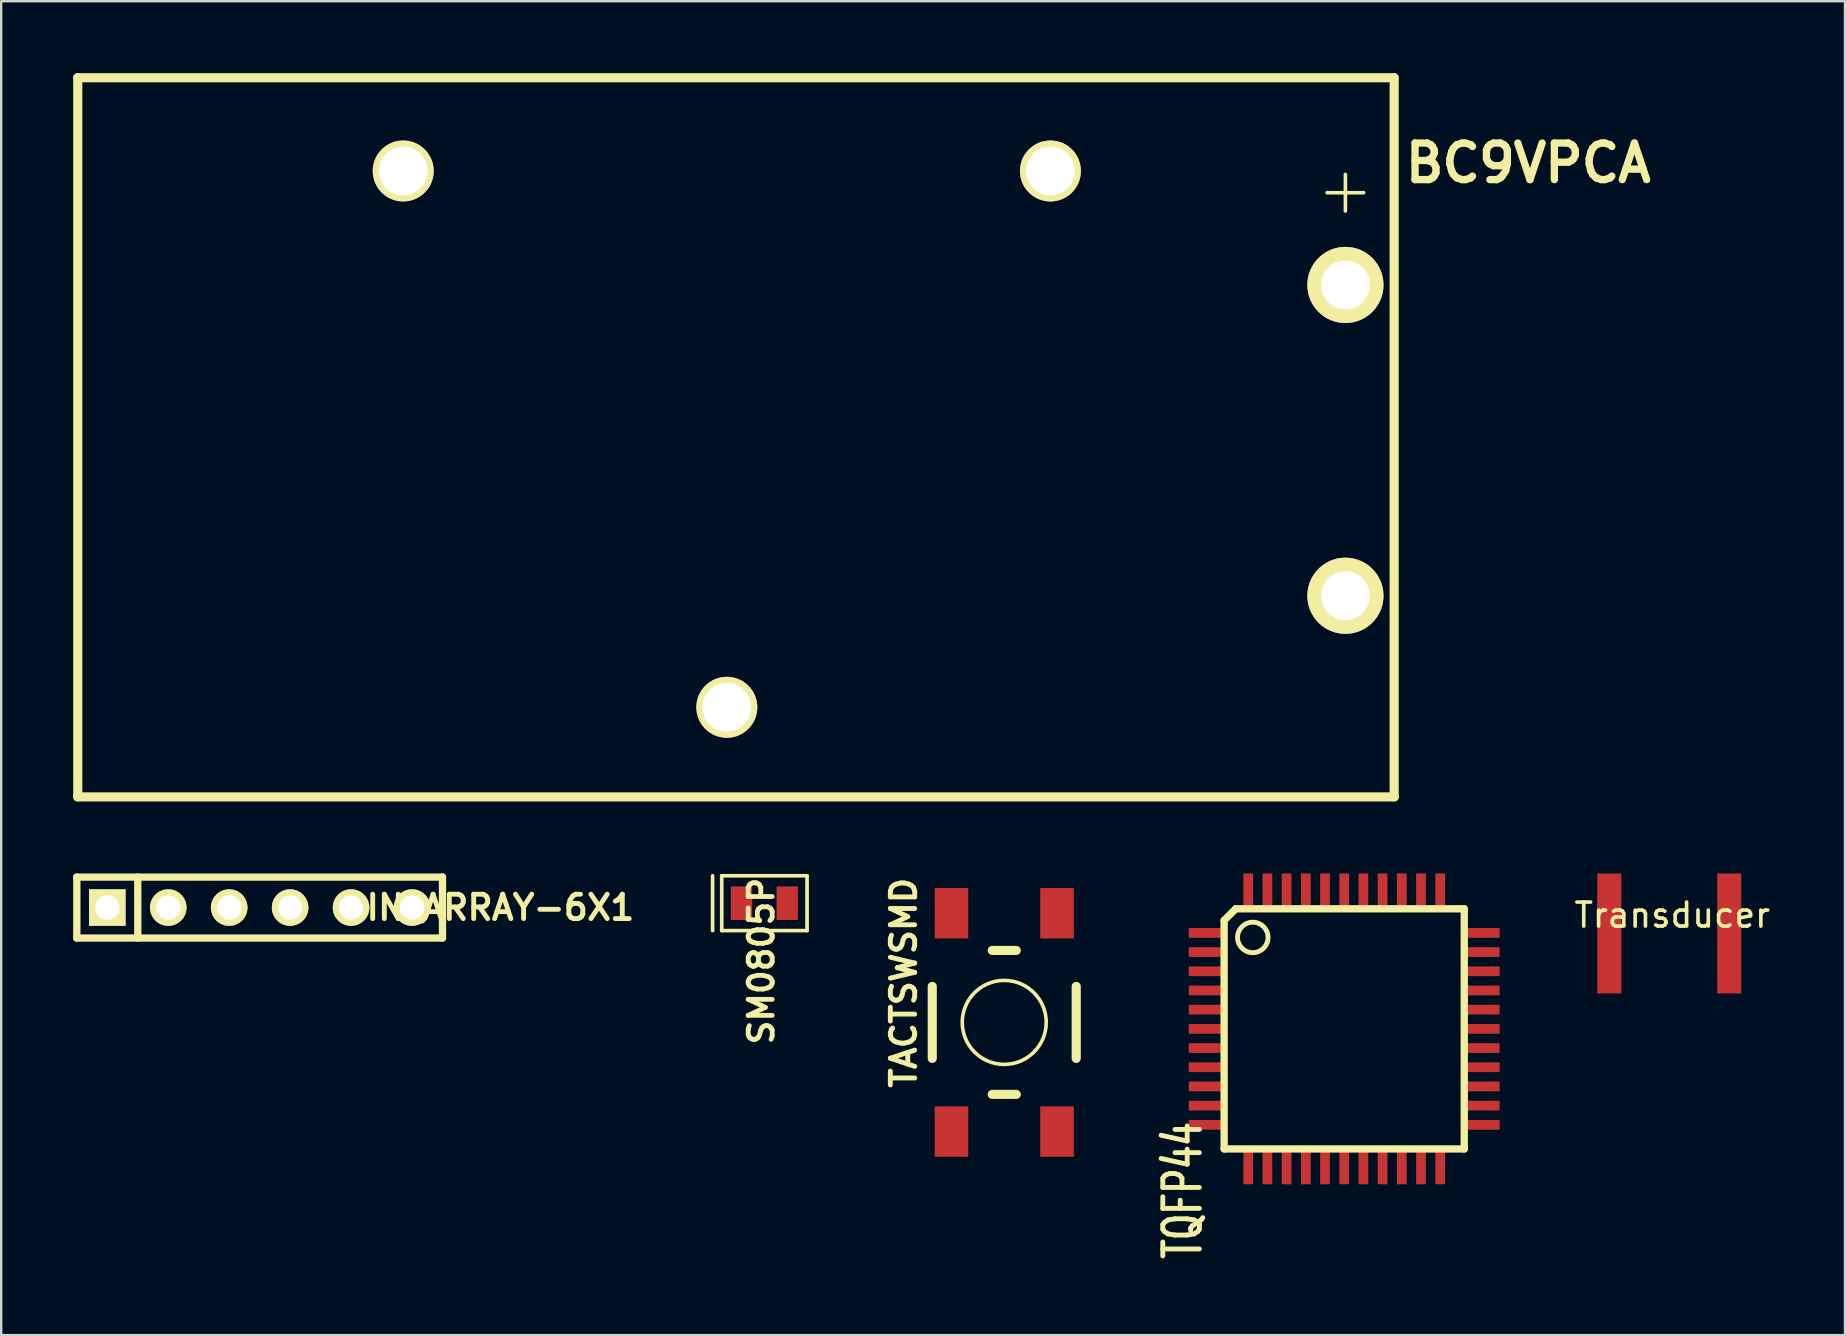
<source format=kicad_pcb>
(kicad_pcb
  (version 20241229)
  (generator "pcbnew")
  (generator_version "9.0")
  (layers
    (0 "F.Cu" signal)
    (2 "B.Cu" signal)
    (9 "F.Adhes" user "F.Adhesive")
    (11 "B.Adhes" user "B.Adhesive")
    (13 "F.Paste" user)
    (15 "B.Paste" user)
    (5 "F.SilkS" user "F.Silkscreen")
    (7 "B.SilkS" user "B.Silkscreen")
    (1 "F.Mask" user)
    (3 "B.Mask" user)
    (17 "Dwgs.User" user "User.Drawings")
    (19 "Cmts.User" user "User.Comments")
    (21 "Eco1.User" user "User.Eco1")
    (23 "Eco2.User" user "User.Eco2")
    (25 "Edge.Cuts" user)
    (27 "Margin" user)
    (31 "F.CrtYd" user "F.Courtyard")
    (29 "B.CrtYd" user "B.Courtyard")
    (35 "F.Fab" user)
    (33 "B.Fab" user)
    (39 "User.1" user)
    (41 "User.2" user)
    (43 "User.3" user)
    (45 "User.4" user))
  (footprint "TQFP44"
    (placed yes)
    (layer "F.Cu")
    (at 52.973 39.83)
    (property "Reference" "TQFP44" (at -6.731 6.731 90) (layer "F.SilkS") (effects (font (size 1.524 1.016) (thickness 0.203))))
    (attr smd)
    (fp_line (start -5.004 -4.521) (end -5.004 5.004) (stroke (width 0.305) (type solid)) (layer "F.SilkS"))
    (fp_line (start -5.004 -4.521) (end -4.521 -5.004) (stroke (width 0.305) (type solid)) (layer "F.SilkS"))
    (fp_line (start -4.521 -5.004) (end 5.004 -5.004) (stroke (width 0.305) (type solid)) (layer "F.SilkS"))
    (fp_line (start 5.004 -5.004) (end 5.004 5.004) (stroke (width 0.305) (type solid)) (layer "F.SilkS"))
    (fp_line (start 5.004 5.004) (end -5.004 5.004) (stroke (width 0.305) (type solid)) (layer "F.SilkS"))
    (fp_circle (center -3.81 -3.81) (end -3.81 -3.175) (stroke (width 0.203) (type solid)) (fill no) (layer "F.SilkS"))
    (pad "1" smd rect (at -5.715 -4) (size 1.524 0.406) (layers "F.Cu" "F.Mask" "F.Paste"))
    (pad "2" smd rect (at -5.715 -3.2) (size 1.524 0.406) (layers "F.Cu" "F.Mask" "F.Paste"))
    (pad "3" smd rect (at -5.715 -2.4) (size 1.524 0.406) (layers "F.Cu" "F.Mask" "F.Paste"))
    (pad "4" smd rect (at -5.715 -1.6) (size 1.524 0.406) (layers "F.Cu" "F.Mask" "F.Paste"))
    (pad "5" smd rect (at -5.715 -0.8) (size 1.524 0.406) (layers "F.Cu" "F.Mask" "F.Paste"))
    (pad "6" smd rect (at -5.715 0) (size 1.524 0.406) (layers "F.Cu" "F.Mask" "F.Paste"))
    (pad "7" smd rect (at -5.715 0.8) (size 1.524 0.406) (layers "F.Cu" "F.Mask" "F.Paste"))
    (pad "8" smd rect (at -5.715 1.6) (size 1.524 0.406) (layers "F.Cu" "F.Mask" "F.Paste"))
    (pad "9" smd rect (at -5.715 2.4) (size 1.524 0.406) (layers "F.Cu" "F.Mask" "F.Paste"))
    (pad "10" smd rect (at -5.715 3.2) (size 1.524 0.406) (layers "F.Cu" "F.Mask" "F.Paste"))
    (pad "11" smd rect (at -5.715 4) (size 1.524 0.406) (layers "F.Cu" "F.Mask" "F.Paste"))
    (pad "12" smd rect (at -4 5.715) (size 0.406 1.524) (layers "F.Cu" "F.Mask" "F.Paste"))
    (pad "13" smd rect (at -3.2 5.715) (size 0.406 1.524) (layers "F.Cu" "F.Mask" "F.Paste"))
    (pad "14" smd rect (at -2.4 5.715) (size 0.406 1.524) (layers "F.Cu" "F.Mask" "F.Paste"))
    (pad "15" smd rect (at -1.6 5.715) (size 0.406 1.524) (layers "F.Cu" "F.Mask" "F.Paste"))
    (pad "16" smd rect (at -0.8 5.715) (size 0.406 1.524) (layers "F.Cu" "F.Mask" "F.Paste"))
    (pad "17" smd rect (at 0 5.715) (size 0.406 1.524) (layers "F.Cu" "F.Mask" "F.Paste"))
    (pad "18" smd rect (at 0.8 5.715) (size 0.406 1.524) (layers "F.Cu" "F.Mask" "F.Paste"))
    (pad "19" smd rect (at 1.6 5.715) (size 0.406 1.524) (layers "F.Cu" "F.Mask" "F.Paste"))
    (pad "20" smd rect (at 2.4 5.715) (size 0.406 1.524) (layers "F.Cu" "F.Mask" "F.Paste"))
    (pad "21" smd rect (at 3.2 5.715) (size 0.406 1.524) (layers "F.Cu" "F.Mask" "F.Paste"))
    (pad "22" smd rect (at 4 5.715) (size 0.406 1.524) (layers "F.Cu" "F.Mask" "F.Paste"))
    (pad "23" smd rect (at 5.715 4) (size 1.524 0.406) (layers "F.Cu" "F.Mask" "F.Paste"))
    (pad "24" smd rect (at 5.715 3.2) (size 1.524 0.406) (layers "F.Cu" "F.Mask" "F.Paste"))
    (pad "25" smd rect (at 5.715 2.4) (size 1.524 0.406) (layers "F.Cu" "F.Mask" "F.Paste"))
    (pad "26" smd rect (at 5.715 1.6) (size 1.524 0.406) (layers "F.Cu" "F.Mask" "F.Paste"))
    (pad "27" smd rect (at 5.715 0.8) (size 1.524 0.406) (layers "F.Cu" "F.Mask" "F.Paste"))
    (pad "28" smd rect (at 5.715 0) (size 1.524 0.406) (layers "F.Cu" "F.Mask" "F.Paste"))
    (pad "29" smd rect (at 5.715 -0.8) (size 1.524 0.406) (layers "F.Cu" "F.Mask" "F.Paste"))
    (pad "30" smd rect (at 5.715 -1.6) (size 1.524 0.406) (layers "F.Cu" "F.Mask" "F.Paste"))
    (pad "31" smd rect (at 5.715 -2.4) (size 1.524 0.406) (layers "F.Cu" "F.Mask" "F.Paste"))
    (pad "32" smd rect (at 5.715 -3.2) (size 1.524 0.406) (layers "F.Cu" "F.Mask" "F.Paste"))
    (pad "33" smd rect (at 5.715 -4) (size 1.524 0.406) (layers "F.Cu" "F.Mask" "F.Paste"))
    (pad "34" smd rect (at 4 -5.715) (size 0.406 1.524) (layers "F.Cu" "F.Mask" "F.Paste"))
    (pad "35" smd rect (at 3.2 -5.715) (size 0.406 1.524) (layers "F.Cu" "F.Mask" "F.Paste"))
    (pad "36" smd rect (at 2.4 -5.715) (size 0.406 1.524) (layers "F.Cu" "F.Mask" "F.Paste"))
    (pad "37" smd rect (at 1.6 -5.715) (size 0.406 1.524) (layers "F.Cu" "F.Mask" "F.Paste"))
    (pad "38" smd rect (at 0.8 -5.715) (size 0.406 1.524) (layers "F.Cu" "F.Mask" "F.Paste"))
    (pad "39" smd rect (at 0 -5.715) (size 0.406 1.524) (layers "F.Cu" "F.Mask" "F.Paste"))
    (pad "40" smd rect (at -0.8 -5.715) (size 0.406 1.524) (layers "F.Cu" "F.Mask" "F.Paste"))
    (pad "41" smd rect (at -1.6 -5.715) (size 0.406 1.524) (layers "F.Cu" "F.Mask" "F.Paste"))
    (pad "42" smd rect (at -2.4 -5.715) (size 0.406 1.524) (layers "F.Cu" "F.Mask" "F.Paste"))
    (pad "43" smd rect (at -3.2 -5.715) (size 0.406 1.524) (layers "F.Cu" "F.Mask" "F.Paste"))
    (pad "44" smd rect (at -4 -5.715) (size 0.406 1.524) (layers "F.Cu" "F.Mask" "F.Paste")))
  (footprint "TACTSWSMD"
    (layer "F.Cu")
    (at 38.804 39.561)
    (property "Reference" "TACTSWSMD" (at -4.191 -1.651 90) (layer "F.SilkS") (effects (font (size 1.016 1.016) (thickness 0.203))))
    (attr through_hole)
    (fp_line (start -3 -1.5) (end -3 1.5) (stroke (width 0.381) (type solid)) (layer "F.SilkS"))
    (fp_line (start -0.5 -3) (end 0.5 -3) (stroke (width 0.381) (type solid)) (layer "F.SilkS"))
    (fp_line (start -0.5 3) (end 0.5 3) (stroke (width 0.381) (type solid)) (layer "F.SilkS"))
    (fp_line (start 3 -1.5) (end 3 1.5) (stroke (width 0.381) (type solid)) (layer "F.SilkS"))
    (fp_circle (center 0 0) (end 0 1.75) (stroke (width 0.15) (type solid)) (fill no) (layer "F.SilkS"))
    (pad "1" smd rect (at -2.2 -4.55) (size 1.4 2.1) (layers "F.Cu" "F.Mask" "F.Paste"))
    (pad "2" smd rect (at -2.2 4.55) (size 1.4 2.1) (layers "F.Cu" "F.Mask" "F.Paste"))
    (pad "3" smd rect (at 2.2 4.55) (size 1.4 2.1) (layers "F.Cu" "F.Mask" "F.Paste"))
    (pad "4" smd rect (at 2.2 -4.55) (size 1.4 2.1) (layers "F.Cu" "F.Mask" "F.Paste")))
  (footprint "SM0805P"
    (layer "F.Cu")
    (at 28.808 34.592)
    (property "Reference" "SM0805P" (at -0.127 2.413 90) (layer "F.SilkS") (effects (font (size 1 1) (thickness 0.2))))
    (attr smd)
    (fp_line (start -2.159 -1.143) (end -2.159 1.143) (stroke (width 0.152) (type solid)) (layer "F.SilkS"))
    (fp_line (start -1.778 -1.143) (end 1.778 -1.143) (stroke (width 0.152) (type solid)) (layer "F.SilkS"))
    (fp_line (start -1.778 1.143) (end -1.778 -1.143) (stroke (width 0.152) (type solid)) (layer "F.SilkS"))
    (fp_line (start 1.778 -1.143) (end 1.778 1.143) (stroke (width 0.152) (type solid)) (layer "F.SilkS"))
    (fp_line (start 1.778 1.143) (end -1.778 1.143) (stroke (width 0.152) (type solid)) (layer "F.SilkS"))
    (pad "1" smd rect (at -0.953 0) (size 0.889 1.397) (layers "F.Cu" "F.Mask" "F.Paste"))
    (pad "2" smd rect (at 0.953 0) (size 0.889 1.397) (layers "F.Cu" "F.Mask" "F.Paste")))
  (footprint "Transducer"
    (layer "F.Cu")
    (at 66.52 35.853)
    (property "Reference" "Transducer" (at 0.127 -0.762 0) (layer "F.SilkS") (effects (font (size 1 1) (thickness 0.15))))
    (attr through_hole)
    (pad "1" smd rect (at -2.5 0) (size 1 5) (layers "F.Cu" "F.Mask" "F.Paste"))
    (pad "2" smd rect (at 2.5 0) (size 1 5) (layers "F.Cu" "F.Mask" "F.Paste")))
  (footprint "PIN_ARRAY-6X1"
    (placed yes)
    (layer "F.Cu")
    (at 7.772 34.775)
    (property "Reference" "PIN_ARRAY-6X1" (at 9.525 0 0) (layer "F.SilkS") (effects (font (size 1.016 1.016) (thickness 0.203))))
    (attr through_hole)
    (fp_line (start -7.62 -1.27) (end 7.62 -1.27) (stroke (width 0.305) (type solid)) (layer "F.SilkS"))
    (fp_line (start -7.62 1.27) (end -7.62 -1.27) (stroke (width 0.305) (type solid)) (layer "F.SilkS"))
    (fp_line (start -5.08 1.27) (end -5.08 -1.27) (stroke (width 0.305) (type solid)) (layer "F.SilkS"))
    (fp_line (start 7.62 -1.27) (end 7.62 1.27) (stroke (width 0.305) (type solid)) (layer "F.SilkS"))
    (fp_line (start 7.62 1.27) (end -7.62 1.27) (stroke (width 0.305) (type solid)) (layer "F.SilkS"))
    (pad "1" thru_hole rect (at -6.35 0) (size 1.524 1.524) (drill 1.016) (layers "*.Cu" "*.Mask" "F.SilkS"))
    (pad "2" thru_hole circle (at -3.81 0) (size 1.524 1.524) (drill 1.016) (layers "*.Cu" "*.Mask" "F.SilkS"))
    (pad "3" thru_hole circle (at -1.27 0) (size 1.524 1.524) (drill 1.016) (layers "*.Cu" "*.Mask" "F.SilkS"))
    (pad "4" thru_hole circle (at 1.27 0) (size 1.524 1.524) (drill 1.016) (layers "*.Cu" "*.Mask" "F.SilkS"))
    (pad "5" thru_hole circle (at 3.81 0) (size 1.524 1.524) (drill 1.016) (layers "*.Cu" "*.Mask" "F.SilkS"))
    (pad "6" thru_hole circle (at 6.35 0) (size 1.524 1.524) (drill 1.016) (layers "*.Cu" "*.Mask" "F.SilkS")))
  (footprint "BC9VPCA"
    (placed yes)
    (layer "F.Cu")
    (at 53.023 8.826)
    (property "Reference" "BC9VPCA" (at 7.62 -5.08 0) (layer "F.SilkS") (effects (font (size 1.524 1.524) (thickness 0.305))))
    (attr through_hole)
    (fp_line (start -52.832 -8.636) (end 2.032 -8.636) (stroke (width 0.381) (type solid)) (layer "F.SilkS"))
    (fp_line (start -52.832 21.336) (end -52.832 -8.636) (stroke (width 0.381) (type solid)) (layer "F.SilkS"))
    (fp_line (start 2.032 -8.636) (end 2.032 21.336) (stroke (width 0.381) (type solid)) (layer "F.SilkS"))
    (fp_line (start 2.032 21.336) (end -52.832 21.336) (stroke (width 0.381) (type solid)) (layer "F.SilkS"))
    (fp_text user "+" (at 0 -4 0) (layer "F.SilkS") (effects (font (size 2 2) (thickness 0.15))))
    (pad "" thru_hole circle (at -39.268 -4.75) (size 2.54 2.54) (drill 2.032) (layers "*.Cu" "*.Mask" "F.SilkS"))
    (pad "" thru_hole circle (at -25.781 17.602) (size 2.54 2.54) (drill 2.032) (layers "*.Cu" "*.Mask" "F.SilkS"))
    (pad "" thru_hole circle (at -12.294 -4.75) (size 2.54 2.54) (drill 2.032) (layers "*.Cu" "*.Mask" "F.SilkS"))
    (pad "1" thru_hole circle (at 0 0) (size 3.175 3.175) (drill 2.032) (layers "*.Cu" "*.Mask" "F.SilkS"))
    (pad "2" thru_hole circle (at 0 12.954) (size 3.175 3.175) (drill 2.032) (layers "*.Cu" "*.Mask" "F.SilkS")))
  (gr_rect
    (start -3 -3)
    (end 73.843 52.594)
    (stroke (width 0.1) (type default))
    (fill no)
    (layer "Edge.Cuts")))
</source>
